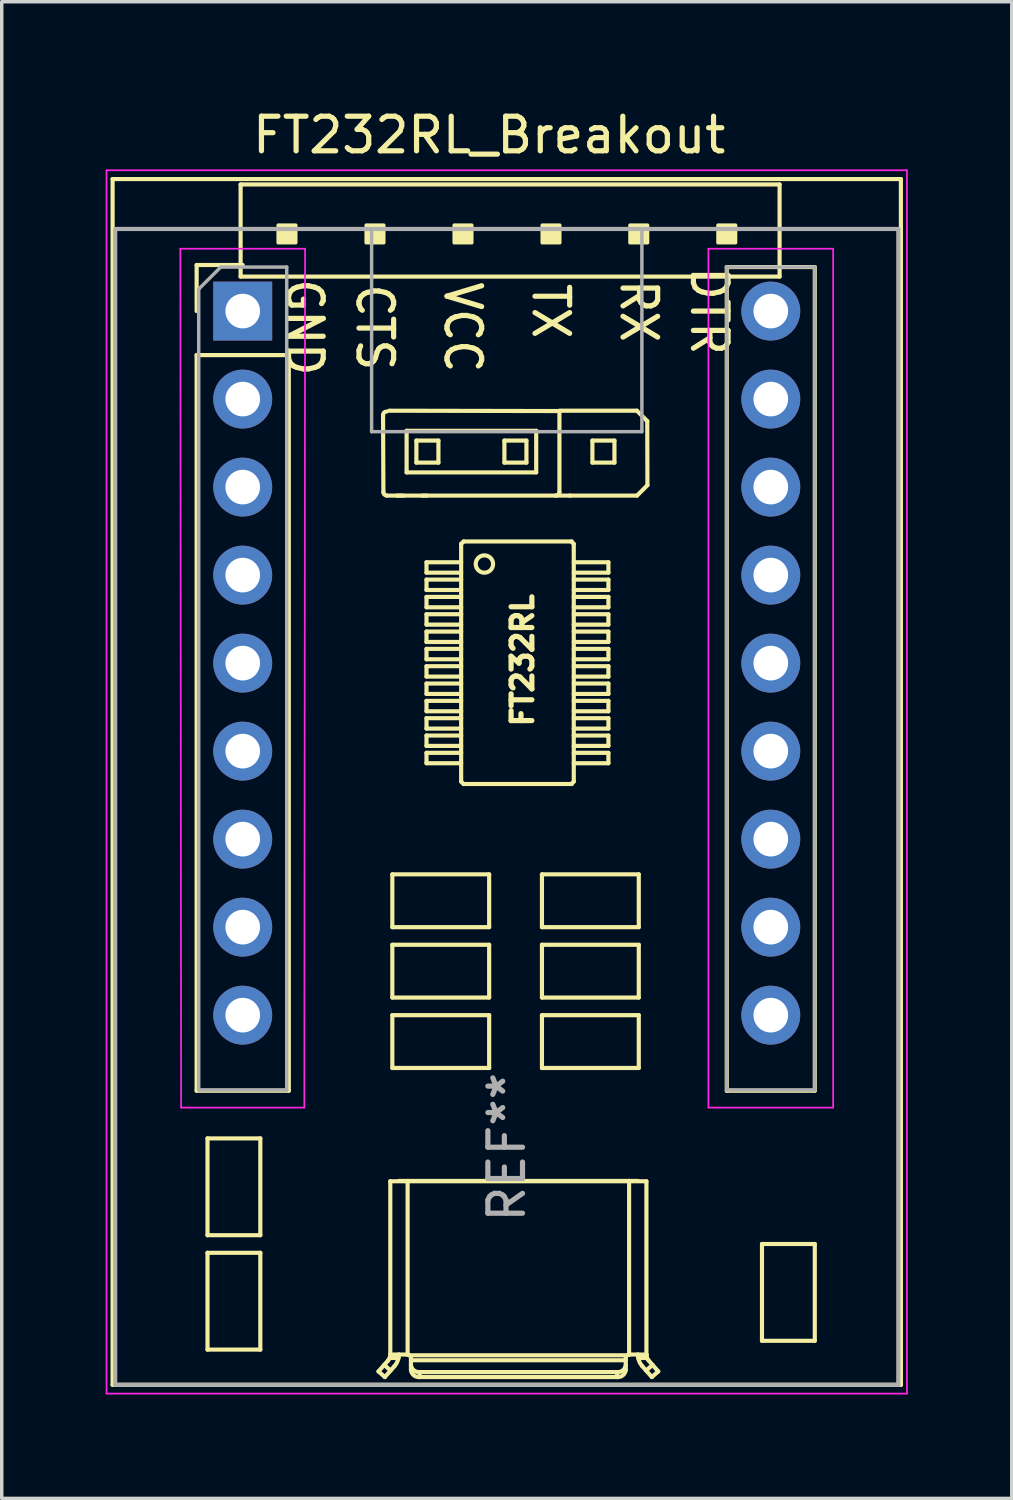
<source format=kicad_pcb>
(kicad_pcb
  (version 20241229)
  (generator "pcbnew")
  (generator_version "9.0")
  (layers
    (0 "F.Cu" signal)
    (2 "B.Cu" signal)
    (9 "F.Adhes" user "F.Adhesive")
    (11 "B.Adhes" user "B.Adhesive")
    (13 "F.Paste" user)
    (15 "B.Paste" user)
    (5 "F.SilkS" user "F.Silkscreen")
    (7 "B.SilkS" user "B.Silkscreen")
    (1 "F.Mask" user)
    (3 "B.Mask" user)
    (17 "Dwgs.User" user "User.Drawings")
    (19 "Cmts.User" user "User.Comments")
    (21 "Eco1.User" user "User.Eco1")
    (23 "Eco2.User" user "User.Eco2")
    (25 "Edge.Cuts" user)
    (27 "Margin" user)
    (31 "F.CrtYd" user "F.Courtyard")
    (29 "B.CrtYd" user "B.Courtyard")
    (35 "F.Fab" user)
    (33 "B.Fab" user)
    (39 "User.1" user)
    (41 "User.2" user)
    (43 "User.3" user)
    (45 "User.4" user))
  (footprint "FT232RL_Breakout"
    (layer "F.Cu")
    (at 3.955 5.928)
    (property "Reference" "FT232RL_Breakout" (at 7.112 -5.08 0) (layer "F.SilkS") (effects (font (size 1 1) (thickness 0.15))))
    (attr through_hole)
    (fp_line (start -3.755 -3.81) (end 18.995 -3.81) (stroke (width 0.12) (type solid)) (layer "F.SilkS"))
    (fp_line (start -3.755 30.988) (end -3.755 -3.81) (stroke (width 0.12) (type solid)) (layer "F.SilkS"))
    (fp_line (start -1.33 -1.33) (end 0 -1.33) (stroke (width 0.12) (type solid)) (layer "F.SilkS"))
    (fp_line (start -1.33 0) (end -1.33 -1.33) (stroke (width 0.12) (type solid)) (layer "F.SilkS"))
    (fp_line (start -1.33 1.27) (end 1.33 1.27) (stroke (width 0.12) (type solid)) (layer "F.SilkS"))
    (fp_line (start -1.33 22.5) (end -1.33 1.27) (stroke (width 0.12) (type solid)) (layer "F.SilkS"))
    (fp_line (start -1.016 23.876) (end 0.508 23.876) (stroke (width 0.12) (type solid)) (layer "F.SilkS"))
    (fp_line (start -1.016 26.67) (end -1.016 23.876) (stroke (width 0.12) (type solid)) (layer "F.SilkS"))
    (fp_line (start -1.016 27.178) (end 0.508 27.178) (stroke (width 0.12) (type solid)) (layer "F.SilkS"))
    (fp_line (start -1.016 29.972) (end -1.016 27.178) (stroke (width 0.12) (type solid)) (layer "F.SilkS"))
    (fp_line (start -0.061 -3.655) (end -0.061 -0.995) (stroke (width 0.12) (type solid)) (layer "F.SilkS"))
    (fp_line (start -0.061 -0.995) (end 15.494 -0.995) (stroke (width 0.12) (type solid)) (layer "F.SilkS"))
    (fp_line (start 0.508 23.876) (end 0.508 26.67) (stroke (width 0.12) (type solid)) (layer "F.SilkS"))
    (fp_line (start 0.508 26.67) (end -1.016 26.67) (stroke (width 0.12) (type solid)) (layer "F.SilkS"))
    (fp_line (start 0.508 27.178) (end 0.508 29.972) (stroke (width 0.12) (type solid)) (layer "F.SilkS"))
    (fp_line (start 0.508 29.972) (end -1.016 29.972) (stroke (width 0.12) (type solid)) (layer "F.SilkS"))
    (fp_line (start 1.33 1.27) (end 1.33 22.5) (stroke (width 0.12) (type solid)) (layer "F.SilkS"))
    (fp_line (start 1.33 22.5) (end -1.33 22.5) (stroke (width 0.12) (type solid)) (layer "F.SilkS"))
    (fp_line (start 3.918 30.601) (end 4.196 30.285) (stroke (width 0.12) (type solid)) (layer "F.SilkS"))
    (fp_line (start 4.06 5.225) (end 4.05 3) (stroke (width 0.12) (type solid)) (layer "F.SilkS"))
    (fp_line (start 4.083 30.414) (end 4.268 30.576) (stroke (width 0.12) (type solid)) (layer "F.SilkS"))
    (fp_line (start 4.102 30.764) (end 3.918 30.601) (stroke (width 0.12) (type solid)) (layer "F.SilkS"))
    (fp_line (start 4.259 30.122) (end 4.264 30.114) (stroke (width 0.12) (type solid)) (layer "F.SilkS"))
    (fp_line (start 4.259 25.114) (end 11.651 25.114) (stroke (width 0.12) (type solid)) (layer "F.SilkS"))
    (fp_line (start 4.259 30.12) (end 4.259 30.122) (stroke (width 0.12) (type solid)) (layer "F.SilkS"))
    (fp_line (start 4.259 30.12) (end 4.259 25.114) (stroke (width 0.12) (type solid)) (layer "F.SilkS"))
    (fp_line (start 4.264 30.114) (end 4.265 30.114) (stroke (width 0.12) (type solid)) (layer "F.SilkS"))
    (fp_line (start 4.265 30.114) (end 4.755 30.114) (stroke (width 0.12) (type solid)) (layer "F.SilkS"))
    (fp_line (start 4.318 16.256) (end 7.112 16.256) (stroke (width 0.12) (type solid)) (layer "F.SilkS"))
    (fp_line (start 4.318 17.78) (end 4.318 16.256) (stroke (width 0.12) (type solid)) (layer "F.SilkS"))
    (fp_line (start 4.318 18.288) (end 7.112 18.288) (stroke (width 0.12) (type solid)) (layer "F.SilkS"))
    (fp_line (start 4.318 19.812) (end 4.318 18.288) (stroke (width 0.12) (type solid)) (layer "F.SilkS"))
    (fp_line (start 4.318 20.32) (end 7.112 20.32) (stroke (width 0.12) (type solid)) (layer "F.SilkS"))
    (fp_line (start 4.318 21.844) (end 4.318 20.32) (stroke (width 0.12) (type solid)) (layer "F.SilkS"))
    (fp_line (start 4.38 30.449) (end 4.102 30.764) (stroke (width 0.12) (type solid)) (layer "F.SilkS"))
    (fp_line (start 4.452 5.326) (end 4.641 5.326) (stroke (width 0.12) (type solid)) (layer "F.SilkS"))
    (fp_line (start 4.496 30.214) (end 4.24 30.214) (stroke (width 0.12) (type solid)) (layer "F.SilkS"))
    (fp_line (start 4.505 25.104) (end 11.405 25.104) (stroke (width 0.12) (type solid)) (layer "F.SilkS"))
    (fp_line (start 4.505 30.114) (end 4.505 30.118) (stroke (width 0.12) (type solid)) (layer "F.SilkS"))
    (fp_line (start 4.73 3.455) (end 8.47 3.455) (stroke (width 0.12) (type solid)) (layer "F.SilkS"))
    (fp_line (start 4.73 4.655) (end 4.73 3.455) (stroke (width 0.12) (type solid)) (layer "F.SilkS"))
    (fp_line (start 4.755 30.114) (end 4.759 30.114) (stroke (width 0.12) (type solid)) (layer "F.SilkS"))
    (fp_line (start 4.759 30.114) (end 4.759 25.104) (stroke (width 0.12) (type solid)) (layer "F.SilkS"))
    (fp_line (start 4.817 30.135) (end 11.093 30.135) (stroke (width 0.12) (type solid)) (layer "F.SilkS"))
    (fp_line (start 4.855 30.559) (end 4.855 30.214) (stroke (width 0.12) (type solid)) (layer "F.SilkS"))
    (fp_line (start 5.012 3.737) (end 5.648 3.737) (stroke (width 0.12) (type solid)) (layer "F.SilkS"))
    (fp_line (start 5.012 4.373) (end 5.012 3.737) (stroke (width 0.12) (type solid)) (layer "F.SilkS"))
    (fp_line (start 5.105 30.621) (end 5.105 30.764) (stroke (width 0.12) (type solid)) (layer "F.SilkS"))
    (fp_line (start 5.105 30.621) (end 10.805 30.621) (stroke (width 0.12) (type solid)) (layer "F.SilkS"))
    (fp_line (start 5.105 30.764) (end 10.805 30.764) (stroke (width 0.12) (type solid)) (layer "F.SilkS"))
    (fp_line (start 5.181 5.326) (end 5.215 5.326) (stroke (width 0.12) (type solid)) (layer "F.SilkS"))
    (fp_line (start 5.265 5.326) (end 5.309 5.326) (stroke (width 0.12) (type solid)) (layer "F.SilkS"))
    (fp_line (start 5.304 7.749) (end 5.304 8.049) (stroke (width 0.12) (type solid)) (layer "F.SilkS"))
    (fp_line (start 5.304 7.749) (end 6.304 7.749) (stroke (width 0.12) (type solid)) (layer "F.SilkS"))
    (fp_line (start 5.304 8.049) (end 6.304 8.049) (stroke (width 0.12) (type solid)) (layer "F.SilkS"))
    (fp_line (start 5.304 9.049) (end 6.304 9.049) (stroke (width 0.12) (type solid)) (layer "F.SilkS"))
    (fp_line (start 5.304 10.249) (end 5.304 10.549) (stroke (width 0.12) (type solid)) (layer "F.SilkS"))
    (fp_line (start 5.304 10.249) (end 6.304 10.249) (stroke (width 0.12) (type solid)) (layer "F.SilkS"))
    (fp_line (start 5.304 10.549) (end 6.304 10.549) (stroke (width 0.12) (type solid)) (layer "F.SilkS"))
    (fp_line (start 5.304 12.749) (end 5.304 13.049) (stroke (width 0.12) (type solid)) (layer "F.SilkS"))
    (fp_line (start 5.304 12.749) (end 6.304 12.749) (stroke (width 0.12) (type solid)) (layer "F.SilkS"))
    (fp_line (start 5.304 13.049) (end 6.304 13.049) (stroke (width 0.12) (type solid)) (layer "F.SilkS"))
    (fp_line (start 5.304 7.249) (end 5.304 7.549) (stroke (width 0.12) (type solid)) (layer "F.SilkS"))
    (fp_line (start 5.304 7.249) (end 6.304 7.249) (stroke (width 0.12) (type solid)) (layer "F.SilkS"))
    (fp_line (start 5.304 7.549) (end 6.304 7.549) (stroke (width 0.12) (type solid)) (layer "F.SilkS"))
    (fp_line (start 5.304 8.249) (end 5.304 8.549) (stroke (width 0.12) (type solid)) (layer "F.SilkS"))
    (fp_line (start 5.304 8.249) (end 6.304 8.249) (stroke (width 0.12) (type solid)) (layer "F.SilkS"))
    (fp_line (start 5.304 8.549) (end 6.304 8.549) (stroke (width 0.12) (type solid)) (layer "F.SilkS"))
    (fp_line (start 5.304 8.749) (end 5.304 9.049) (stroke (width 0.12) (type solid)) (layer "F.SilkS"))
    (fp_line (start 5.304 8.749) (end 6.304 8.749) (stroke (width 0.12) (type solid)) (layer "F.SilkS"))
    (fp_line (start 5.304 9.249) (end 5.304 9.549) (stroke (width 0.12) (type solid)) (layer "F.SilkS"))
    (fp_line (start 5.304 9.249) (end 6.304 9.249) (stroke (width 0.12) (type solid)) (layer "F.SilkS"))
    (fp_line (start 5.304 9.549) (end 6.304 9.549) (stroke (width 0.12) (type solid)) (layer "F.SilkS"))
    (fp_line (start 5.304 9.749) (end 5.304 10.049) (stroke (width 0.12) (type solid)) (layer "F.SilkS"))
    (fp_line (start 5.304 9.749) (end 6.304 9.749) (stroke (width 0.12) (type solid)) (layer "F.SilkS"))
    (fp_line (start 5.304 10.049) (end 6.304 10.049) (stroke (width 0.12) (type solid)) (layer "F.SilkS"))
    (fp_line (start 5.304 10.749) (end 5.304 11.049) (stroke (width 0.12) (type solid)) (layer "F.SilkS"))
    (fp_line (start 5.304 10.749) (end 6.304 10.749) (stroke (width 0.12) (type solid)) (layer "F.SilkS"))
    (fp_line (start 5.304 11.049) (end 6.304 11.049) (stroke (width 0.12) (type solid)) (layer "F.SilkS"))
    (fp_line (start 5.304 11.249) (end 5.304 11.549) (stroke (width 0.12) (type solid)) (layer "F.SilkS"))
    (fp_line (start 5.304 11.249) (end 6.304 11.249) (stroke (width 0.12) (type solid)) (layer "F.SilkS"))
    (fp_line (start 5.304 11.549) (end 6.304 11.549) (stroke (width 0.12) (type solid)) (layer "F.SilkS"))
    (fp_line (start 5.304 11.749) (end 5.304 12.049) (stroke (width 0.12) (type solid)) (layer "F.SilkS"))
    (fp_line (start 5.304 11.749) (end 6.304 11.749) (stroke (width 0.12) (type solid)) (layer "F.SilkS"))
    (fp_line (start 5.304 12.049) (end 6.304 12.049) (stroke (width 0.12) (type solid)) (layer "F.SilkS"))
    (fp_line (start 5.304 12.249) (end 5.304 12.549) (stroke (width 0.12) (type solid)) (layer "F.SilkS"))
    (fp_line (start 5.304 12.249) (end 6.304 12.249) (stroke (width 0.12) (type solid)) (layer "F.SilkS"))
    (fp_line (start 5.304 12.549) (end 6.304 12.549) (stroke (width 0.12) (type solid)) (layer "F.SilkS"))
    (fp_line (start 5.648 3.737) (end 5.648 4.373) (stroke (width 0.12) (type solid)) (layer "F.SilkS"))
    (fp_line (start 5.648 4.373) (end 5.012 4.373) (stroke (width 0.12) (type solid)) (layer "F.SilkS"))
    (fp_line (start 6.304 6.719) (end 6.304 13.578) (stroke (width 0.12) (type solid)) (layer "F.SilkS"))
    (fp_line (start 6.375 13.649) (end 6.304 13.578) (stroke (width 0.12) (type solid)) (layer "F.SilkS"))
    (fp_line (start 6.375 13.649) (end 9.5 13.649) (stroke (width 0.12) (type solid)) (layer "F.SilkS"))
    (fp_line (start 6.375 6.649) (end 6.304 6.719) (stroke (width 0.12) (type solid)) (layer "F.SilkS"))
    (fp_line (start 7.112 16.256) (end 7.112 17.78) (stroke (width 0.12) (type solid)) (layer "F.SilkS"))
    (fp_line (start 7.112 17.78) (end 4.318 17.78) (stroke (width 0.12) (type solid)) (layer "F.SilkS"))
    (fp_line (start 7.112 18.288) (end 7.112 19.812) (stroke (width 0.12) (type solid)) (layer "F.SilkS"))
    (fp_line (start 7.112 19.812) (end 4.318 19.812) (stroke (width 0.12) (type solid)) (layer "F.SilkS"))
    (fp_line (start 7.112 20.32) (end 7.112 21.844) (stroke (width 0.12) (type solid)) (layer "F.SilkS"))
    (fp_line (start 7.112 21.844) (end 4.318 21.844) (stroke (width 0.12) (type solid)) (layer "F.SilkS"))
    (fp_line (start 7.552 3.737) (end 8.188 3.737) (stroke (width 0.12) (type solid)) (layer "F.SilkS"))
    (fp_line (start 7.552 4.373) (end 7.552 3.737) (stroke (width 0.12) (type solid)) (layer "F.SilkS"))
    (fp_line (start 8.188 3.737) (end 8.188 4.373) (stroke (width 0.12) (type solid)) (layer "F.SilkS"))
    (fp_line (start 8.188 4.373) (end 7.552 4.373) (stroke (width 0.12) (type solid)) (layer "F.SilkS"))
    (fp_line (start 8.47 3.455) (end 8.47 4.655) (stroke (width 0.12) (type solid)) (layer "F.SilkS"))
    (fp_line (start 8.47 4.655) (end 4.73 4.655) (stroke (width 0.12) (type solid)) (layer "F.SilkS"))
    (fp_line (start 8.636 16.256) (end 11.43 16.256) (stroke (width 0.12) (type solid)) (layer "F.SilkS"))
    (fp_line (start 8.636 17.78) (end 8.636 16.256) (stroke (width 0.12) (type solid)) (layer "F.SilkS"))
    (fp_line (start 8.636 18.288) (end 11.43 18.288) (stroke (width 0.12) (type solid)) (layer "F.SilkS"))
    (fp_line (start 8.636 19.812) (end 8.636 18.288) (stroke (width 0.12) (type solid)) (layer "F.SilkS"))
    (fp_line (start 8.636 20.32) (end 11.43 20.32) (stroke (width 0.12) (type solid)) (layer "F.SilkS"))
    (fp_line (start 8.636 21.844) (end 8.636 20.32) (stroke (width 0.12) (type solid)) (layer "F.SilkS"))
    (fp_line (start 9.04 5.325) (end 4.16 5.325) (stroke (width 0.12) (type solid)) (layer "F.SilkS"))
    (fp_line (start 9.04 5.325) (end 9.44 5.325) (stroke (width 0.12) (type solid)) (layer "F.SilkS"))
    (fp_line (start 9.14 2.885) (end 4.225 2.875) (stroke (width 0.12) (type solid)) (layer "F.SilkS"))
    (fp_line (start 9.14 2.885) (end 9.14 5.225) (stroke (width 0.12) (type solid)) (layer "F.SilkS"))
    (fp_line (start 9.44 5.325) (end 11.38 5.325) (stroke (width 0.12) (type solid)) (layer "F.SilkS"))
    (fp_line (start 9.484 6.649) (end 9.554 6.719) (stroke (width 0.12) (type solid)) (layer "F.SilkS"))
    (fp_line (start 9.484 13.649) (end 9.554 13.578) (stroke (width 0.12) (type solid)) (layer "F.SilkS"))
    (fp_line (start 9.5 6.649) (end 6.375 6.649) (stroke (width 0.12) (type solid)) (layer "F.SilkS"))
    (fp_line (start 9.554 6.719) (end 9.554 13.578) (stroke (width 0.12) (type solid)) (layer "F.SilkS"))
    (fp_line (start 10.092 3.737) (end 10.728 3.737) (stroke (width 0.12) (type solid)) (layer "F.SilkS"))
    (fp_line (start 10.092 4.373) (end 10.092 3.737) (stroke (width 0.12) (type solid)) (layer "F.SilkS"))
    (fp_line (start 10.554 7.749) (end 9.554 7.749) (stroke (width 0.12) (type solid)) (layer "F.SilkS"))
    (fp_line (start 10.554 7.749) (end 10.554 8.049) (stroke (width 0.12) (type solid)) (layer "F.SilkS"))
    (fp_line (start 10.554 8.049) (end 9.554 8.049) (stroke (width 0.12) (type solid)) (layer "F.SilkS"))
    (fp_line (start 10.554 10.249) (end 9.554 10.249) (stroke (width 0.12) (type solid)) (layer "F.SilkS"))
    (fp_line (start 10.554 10.249) (end 10.554 10.549) (stroke (width 0.12) (type solid)) (layer "F.SilkS"))
    (fp_line (start 10.554 10.549) (end 9.554 10.549) (stroke (width 0.12) (type solid)) (layer "F.SilkS"))
    (fp_line (start 10.554 12.749) (end 9.554 12.749) (stroke (width 0.12) (type solid)) (layer "F.SilkS"))
    (fp_line (start 10.554 12.749) (end 10.554 13.049) (stroke (width 0.12) (type solid)) (layer "F.SilkS"))
    (fp_line (start 10.554 13.049) (end 9.554 13.049) (stroke (width 0.12) (type solid)) (layer "F.SilkS"))
    (fp_line (start 10.554 7.249) (end 9.554 7.249) (stroke (width 0.12) (type solid)) (layer "F.SilkS"))
    (fp_line (start 10.554 7.249) (end 10.554 7.549) (stroke (width 0.12) (type solid)) (layer "F.SilkS"))
    (fp_line (start 10.554 7.549) (end 9.554 7.549) (stroke (width 0.12) (type solid)) (layer "F.SilkS"))
    (fp_line (start 10.554 8.249) (end 9.554 8.249) (stroke (width 0.12) (type solid)) (layer "F.SilkS"))
    (fp_line (start 10.554 8.249) (end 10.554 8.549) (stroke (width 0.12) (type solid)) (layer "F.SilkS"))
    (fp_line (start 10.554 8.549) (end 9.554 8.549) (stroke (width 0.12) (type solid)) (layer "F.SilkS"))
    (fp_line (start 10.554 8.749) (end 9.554 8.749) (stroke (width 0.12) (type solid)) (layer "F.SilkS"))
    (fp_line (start 10.554 8.749) (end 10.554 9.049) (stroke (width 0.12) (type solid)) (layer "F.SilkS"))
    (fp_line (start 10.554 9.049) (end 9.554 9.049) (stroke (width 0.12) (type solid)) (layer "F.SilkS"))
    (fp_line (start 10.554 9.249) (end 9.554 9.249) (stroke (width 0.12) (type solid)) (layer "F.SilkS"))
    (fp_line (start 10.554 9.249) (end 10.554 9.549) (stroke (width 0.12) (type solid)) (layer "F.SilkS"))
    (fp_line (start 10.554 9.549) (end 9.554 9.549) (stroke (width 0.12) (type solid)) (layer "F.SilkS"))
    (fp_line (start 10.554 9.749) (end 9.554 9.749) (stroke (width 0.12) (type solid)) (layer "F.SilkS"))
    (fp_line (start 10.554 9.749) (end 10.554 10.049) (stroke (width 0.12) (type solid)) (layer "F.SilkS"))
    (fp_line (start 10.554 10.049) (end 9.554 10.049) (stroke (width 0.12) (type solid)) (layer "F.SilkS"))
    (fp_line (start 10.554 10.749) (end 9.554 10.749) (stroke (width 0.12) (type solid)) (layer "F.SilkS"))
    (fp_line (start 10.554 10.749) (end 10.554 11.049) (stroke (width 0.12) (type solid)) (layer "F.SilkS"))
    (fp_line (start 10.554 11.049) (end 9.554 11.049) (stroke (width 0.12) (type solid)) (layer "F.SilkS"))
    (fp_line (start 10.554 11.249) (end 9.554 11.249) (stroke (width 0.12) (type solid)) (layer "F.SilkS"))
    (fp_line (start 10.554 11.249) (end 10.554 11.549) (stroke (width 0.12) (type solid)) (layer "F.SilkS"))
    (fp_line (start 10.554 11.549) (end 9.554 11.549) (stroke (width 0.12) (type solid)) (layer "F.SilkS"))
    (fp_line (start 10.554 11.749) (end 9.554 11.749) (stroke (width 0.12) (type solid)) (layer "F.SilkS"))
    (fp_line (start 10.554 11.749) (end 10.554 12.049) (stroke (width 0.12) (type solid)) (layer "F.SilkS"))
    (fp_line (start 10.554 12.049) (end 9.554 12.049) (stroke (width 0.12) (type solid)) (layer "F.SilkS"))
    (fp_line (start 10.554 12.249) (end 9.554 12.249) (stroke (width 0.12) (type solid)) (layer "F.SilkS"))
    (fp_line (start 10.554 12.249) (end 10.554 12.549) (stroke (width 0.12) (type solid)) (layer "F.SilkS"))
    (fp_line (start 10.554 12.549) (end 9.554 12.549) (stroke (width 0.12) (type solid)) (layer "F.SilkS"))
    (fp_line (start 10.728 3.737) (end 10.728 4.373) (stroke (width 0.12) (type solid)) (layer "F.SilkS"))
    (fp_line (start 10.728 4.373) (end 10.092 4.373) (stroke (width 0.12) (type solid)) (layer "F.SilkS"))
    (fp_line (start 10.805 30.621) (end 10.805 30.764) (stroke (width 0.12) (type solid)) (layer "F.SilkS"))
    (fp_line (start 11.055 30.279) (end 4.855 30.279) (stroke (width 0.12) (type solid)) (layer "F.SilkS"))
    (fp_line (start 11.055 30.559) (end 11.055 30.214) (stroke (width 0.12) (type solid)) (layer "F.SilkS"))
    (fp_line (start 11.151 30.114) (end 11.151 25.104) (stroke (width 0.12) (type solid)) (layer "F.SilkS"))
    (fp_line (start 11.155 30.114) (end 11.151 30.114) (stroke (width 0.12) (type solid)) (layer "F.SilkS"))
    (fp_line (start 11.375 2.875) (end 9.135 2.875) (stroke (width 0.12) (type solid)) (layer "F.SilkS"))
    (fp_line (start 11.38 5.325) (end 11.68 5.025) (stroke (width 0.12) (type solid)) (layer "F.SilkS"))
    (fp_line (start 11.405 30.114) (end 11.405 30.118) (stroke (width 0.12) (type solid)) (layer "F.SilkS"))
    (fp_line (start 11.414 30.214) (end 11.67 30.214) (stroke (width 0.12) (type solid)) (layer "F.SilkS"))
    (fp_line (start 11.43 16.256) (end 11.43 17.78) (stroke (width 0.12) (type solid)) (layer "F.SilkS"))
    (fp_line (start 11.43 17.78) (end 8.636 17.78) (stroke (width 0.12) (type solid)) (layer "F.SilkS"))
    (fp_line (start 11.43 18.288) (end 11.43 19.812) (stroke (width 0.12) (type solid)) (layer "F.SilkS"))
    (fp_line (start 11.43 19.812) (end 8.636 19.812) (stroke (width 0.12) (type solid)) (layer "F.SilkS"))
    (fp_line (start 11.43 20.32) (end 11.43 21.844) (stroke (width 0.12) (type solid)) (layer "F.SilkS"))
    (fp_line (start 11.43 21.844) (end 8.636 21.844) (stroke (width 0.12) (type solid)) (layer "F.SilkS"))
    (fp_line (start 11.53 30.449) (end 11.808 30.764) (stroke (width 0.12) (type solid)) (layer "F.SilkS"))
    (fp_line (start 11.645 30.114) (end 11.155 30.114) (stroke (width 0.12) (type solid)) (layer "F.SilkS"))
    (fp_line (start 11.646 30.114) (end 11.645 30.114) (stroke (width 0.12) (type solid)) (layer "F.SilkS"))
    (fp_line (start 11.651 30.12) (end 11.651 25.114) (stroke (width 0.12) (type solid)) (layer "F.SilkS"))
    (fp_line (start 11.651 30.12) (end 11.651 30.122) (stroke (width 0.12) (type solid)) (layer "F.SilkS"))
    (fp_line (start 11.651 30.122) (end 11.646 30.114) (stroke (width 0.12) (type solid)) (layer "F.SilkS"))
    (fp_line (start 11.675 3.175) (end 11.375 2.875) (stroke (width 0.12) (type solid)) (layer "F.SilkS"))
    (fp_line (start 11.68 5.025) (end 11.675 3.175) (stroke (width 0.12) (type solid)) (layer "F.SilkS"))
    (fp_line (start 11.808 30.764) (end 11.992 30.601) (stroke (width 0.12) (type solid)) (layer "F.SilkS"))
    (fp_line (start 11.827 30.414) (end 11.642 30.576) (stroke (width 0.12) (type solid)) (layer "F.SilkS"))
    (fp_line (start 11.992 30.601) (end 11.714 30.285) (stroke (width 0.12) (type solid)) (layer "F.SilkS"))
    (fp_line (start 13.97 -1.27) (end 16.51 -1.27) (stroke (width 0.12) (type solid)) (layer "F.SilkS"))
    (fp_line (start 13.97 22.5) (end 13.97 -1.27) (stroke (width 0.12) (type solid)) (layer "F.SilkS"))
    (fp_line (start 14.986 26.924) (end 16.51 26.924) (stroke (width 0.12) (type solid)) (layer "F.SilkS"))
    (fp_line (start 14.986 29.718) (end 14.986 26.924) (stroke (width 0.12) (type solid)) (layer "F.SilkS"))
    (fp_line (start 15.494 -3.655) (end -0.061 -3.655) (stroke (width 0.12) (type solid)) (layer "F.SilkS"))
    (fp_line (start 15.494 -0.995) (end 15.494 -3.655) (stroke (width 0.12) (type solid)) (layer "F.SilkS"))
    (fp_line (start 16.51 -1.27) (end 16.51 22.5) (stroke (width 0.12) (type solid)) (layer "F.SilkS"))
    (fp_line (start 16.51 22.5) (end 13.97 22.5) (stroke (width 0.12) (type solid)) (layer "F.SilkS"))
    (fp_line (start 16.51 26.924) (end 16.51 29.718) (stroke (width 0.12) (type solid)) (layer "F.SilkS"))
    (fp_line (start 16.51 29.718) (end 14.986 29.718) (stroke (width 0.12) (type solid)) (layer "F.SilkS"))
    (fp_line (start 18.995 -3.81) (end 18.995 30.988) (stroke (width 0.12) (type solid)) (layer "F.SilkS"))
    (fp_line (start 18.995 30.988) (end -3.755 30.988) (stroke (width 0.12) (type solid)) (layer "F.SilkS"))
    (fp_arc (start 4.05 3) (mid 4.079289 2.929289) (end 4.15 2.9) (stroke (width 0.12) (type solid)) (layer "F.SilkS"))
    (fp_arc (start 4.16 5.325) (mid 4.089289 5.295711) (end 4.06 5.225) (stroke (width 0.12) (type solid)) (layer "F.SilkS"))
    (fp_arc (start 4.258573 30.1225) (mid 4.241944 30.209276) (end 4.196167 30.284847) (stroke (width 0.12) (type solid)) (layer "F.SilkS"))
    (fp_arc (start 4.504989 30.118215) (mid 4.472737 30.294883) (end 4.380143 30.448759) (stroke (width 0.12) (type solid)) (layer "F.SilkS"))
    (fp_arc (start 4.75859 30.114063) (mid 4.82697 30.144569) (end 4.855001 30.214) (stroke (width 0.12) (type solid)) (layer "F.SilkS"))
    (fp_arc (start 5.105 30.620605) (mid 4.938179 30.569265) (end 4.855001 30.415817) (stroke (width 0.12) (type solid)) (layer "F.SilkS"))
    (fp_arc (start 5.105 30.763999) (mid 4.938179 30.712659) (end 4.855001 30.559211) (stroke (width 0.12) (type solid)) (layer "F.SilkS"))
    (fp_arc (start 9.14 5.225) (mid 9.110711 5.295711) (end 9.04 5.325) (stroke (width 0.12) (type solid)) (layer "F.SilkS"))
    (fp_arc (start 11.055 30.213999) (mid 11.083032 30.144569) (end 11.151411 30.114064) (stroke (width 0.12) (type solid)) (layer "F.SilkS"))
    (fp_arc (start 11.055 30.415818) (mid 10.971821 30.569266) (end 10.805 30.620605) (stroke (width 0.12) (type solid)) (layer "F.SilkS"))
    (fp_arc (start 11.055001 30.559212) (mid 10.971822 30.712661) (end 10.805 30.764) (stroke (width 0.12) (type solid)) (layer "F.SilkS"))
    (fp_arc (start 11.529858 30.448759) (mid 11.437264 30.294883) (end 11.405012 30.118215) (stroke (width 0.12) (type solid)) (layer "F.SilkS"))
    (fp_arc (start 11.713834 30.284847) (mid 11.668058 30.209275) (end 11.651428 30.1225) (stroke (width 0.12) (type solid)) (layer "F.SilkS"))
    (fp_circle (center 6.975 7.3) (end 7.152 7.123) (stroke (width 0.12) (type solid)) (fill no) (layer "F.SilkS"))
    (fp_poly (pts (xy 1.023 -2.48) (xy 1.023 -1.972) (xy 1.531 -1.972) (xy 1.531 -2.48)) (stroke (width 0.1) (type solid)) (fill yes) (layer "F.SilkS"))
    (fp_poly (pts (xy 3.563 -2.48) (xy 3.563 -1.972) (xy 4.071 -1.972) (xy 4.071 -2.48)) (stroke (width 0.1) (type solid)) (fill yes) (layer "F.SilkS"))
    (fp_poly (pts (xy 6.103 -2.48) (xy 6.103 -1.972) (xy 6.611 -1.972) (xy 6.611 -2.48)) (stroke (width 0.1) (type solid)) (fill yes) (layer "F.SilkS"))
    (fp_poly (pts (xy 8.643 -2.48) (xy 8.643 -1.972) (xy 9.151 -1.972) (xy 9.151 -2.48)) (stroke (width 0.1) (type solid)) (fill yes) (layer "F.SilkS"))
    (fp_poly (pts (xy 11.176 -2.48) (xy 11.176 -1.972) (xy 11.684 -1.972) (xy 11.684 -2.48)) (stroke (width 0.1) (type solid)) (fill yes) (layer "F.SilkS"))
    (fp_poly (pts (xy 13.716 -2.48) (xy 13.716 -1.972) (xy 14.224 -1.972) (xy 14.224 -2.48)) (stroke (width 0.1) (type solid)) (fill yes) (layer "F.SilkS"))
    (fp_line (start -3.93 -4.064) (end 19.17 -4.064) (stroke (width 0.05) (type solid)) (layer "F.CrtYd"))
    (fp_line (start -3.93 31.242) (end -3.93 -4.064) (stroke (width 0.05) (type solid)) (layer "F.CrtYd"))
    (fp_line (start -1.8 -1.8) (end -1.778 22.987) (stroke (width 0.05) (type solid)) (layer "F.CrtYd"))
    (fp_line (start -1.778 22.987) (end 1.778 22.987) (stroke (width 0.05) (type solid)) (layer "F.CrtYd"))
    (fp_line (start 1.8 -1.8) (end -1.8 -1.8) (stroke (width 0.05) (type solid)) (layer "F.CrtYd"))
    (fp_line (start 1.8 -1.8) (end 1.778 22.987) (stroke (width 0.05) (type solid)) (layer "F.CrtYd"))
    (fp_line (start 13.44 -1.8) (end 13.44 22.987) (stroke (width 0.05) (type solid)) (layer "F.CrtYd"))
    (fp_line (start 13.44 -1.8) (end 17.04 -1.8) (stroke (width 0.05) (type solid)) (layer "F.CrtYd"))
    (fp_line (start 17.04 -1.8) (end 17.04 22.987) (stroke (width 0.05) (type solid)) (layer "F.CrtYd"))
    (fp_line (start 17.04 22.987) (end 13.44 22.987) (stroke (width 0.05) (type solid)) (layer "F.CrtYd"))
    (fp_line (start 19.17 -4.064) (end 19.17 31.242) (stroke (width 0.05) (type solid)) (layer "F.CrtYd"))
    (fp_line (start 19.17 31.242) (end -3.93 31.242) (stroke (width 0.05) (type solid)) (layer "F.CrtYd"))
    (fp_line (start -3.68 -2.37) (end 18.92 -2.37) (stroke (width 0.12) (type solid)) (layer "F.Fab"))
    (fp_line (start -3.68 30.988) (end -3.68 -2.32) (stroke (width 0.12) (type solid)) (layer "F.Fab"))
    (fp_line (start -3.68 30.988) (end 18.92 30.988) (stroke (width 0.12) (type solid)) (layer "F.Fab"))
    (fp_line (start -1.27 -0.635) (end -0.635 -1.27) (stroke (width 0.1) (type solid)) (layer "F.Fab"))
    (fp_line (start -1.27 22.479) (end -1.27 -0.635) (stroke (width 0.1) (type solid)) (layer "F.Fab"))
    (fp_line (start -0.635 -1.27) (end 1.27 -1.27) (stroke (width 0.1) (type solid)) (layer "F.Fab"))
    (fp_line (start 1.27 -1.27) (end 1.27 22.479) (stroke (width 0.1) (type solid)) (layer "F.Fab"))
    (fp_line (start 1.27 22.479) (end -1.27 22.479) (stroke (width 0.1) (type solid)) (layer "F.Fab"))
    (fp_line (start 3.72 3.48) (end 3.72 -2.32) (stroke (width 0.1) (type solid)) (layer "F.Fab"))
    (fp_line (start 3.72 3.48) (end 11.52 3.48) (stroke (width 0.1) (type solid)) (layer "F.Fab"))
    (fp_line (start 11.52 3.48) (end 11.52 -2.32) (stroke (width 0.1) (type solid)) (layer "F.Fab"))
    (fp_line (start 13.97 -1.27) (end 16.51 -1.27) (stroke (width 0.1) (type solid)) (layer "F.Fab"))
    (fp_line (start 13.97 22.479) (end 13.97 -1.27) (stroke (width 0.1) (type solid)) (layer "F.Fab"))
    (fp_line (start 16.51 -1.27) (end 16.51 22.479) (stroke (width 0.1) (type solid)) (layer "F.Fab"))
    (fp_line (start 16.51 22.479) (end 13.97 22.479) (stroke (width 0.1) (type solid)) (layer "F.Fab"))
    (fp_line (start 18.92 -2.37) (end 18.92 30.988) (stroke (width 0.12) (type solid)) (layer "F.Fab"))
    (fp_text user "GND" (at 1.778 0.469 270) (unlocked yes) (layer "F.SilkS") (effects (font (size 1 0.9) (thickness 0.15))))
    (fp_text user "FT232RL" (at 8.075 10.075 90) (layer "F.SilkS") (effects (font (size 0.6 0.6) (thickness 0.15))))
    (fp_text user "VCC" (at 6.35 0.469 270) (unlocked yes) (layer "F.SilkS") (effects (font (size 1 0.9) (thickness 0.15))))
    (fp_text user "RX" (at 11.43 0 270) (unlocked yes) (layer "F.SilkS") (effects (font (size 1 0.9) (thickness 0.15))))
    (fp_text user "CTS" (at 3.81 0.469 270) (unlocked yes) (layer "F.SilkS") (effects (font (size 1 0.9) (thickness 0.15))))
    (fp_text user "DTR" (at 13.462 0 270) (unlocked yes) (layer "F.SilkS") (effects (font (size 1 0.9) (thickness 0.15))))
    (fp_text user "TX" (at 8.89 0 270) (unlocked yes) (layer "F.SilkS") (effects (font (size 1 0.9) (thickness 0.15))))
    (fp_text user "REF**" (at 7.62 24.13 90) (layer "F.Fab") (effects (font (size 1 1) (thickness 0.15))))
    (pad "1" thru_hole rect (at 0 0) (size 1.7 1.7) (drill 1) (layers "*.Cu" "*.Mask"))
    (pad "2" thru_hole circle (at 0 2.54) (size 1.7 1.7) (drill 1) (layers "*.Cu" "*.Mask"))
    (pad "3" thru_hole circle (at 0 5.08) (size 1.7 1.7) (drill 1) (layers "*.Cu" "*.Mask"))
    (pad "4" thru_hole circle (at 0 7.62) (size 1.7 1.7) (drill 1) (layers "*.Cu" "*.Mask"))
    (pad "5" thru_hole circle (at 0 10.16) (size 1.7 1.7) (drill 1) (layers "*.Cu" "*.Mask"))
    (pad "6" thru_hole circle (at 0 12.7) (size 1.7 1.7) (drill 1) (layers "*.Cu" "*.Mask"))
    (pad "7" thru_hole circle (at 0 15.24) (size 1.7 1.7) (drill 1) (layers "*.Cu" "*.Mask"))
    (pad "8" thru_hole circle (at 0 17.78) (size 1.7 1.7) (drill 1) (layers "*.Cu" "*.Mask"))
    (pad "9" thru_hole circle (at 0 20.32) (size 1.7 1.7) (drill 1) (layers "*.Cu" "*.Mask"))
    (pad "10" thru_hole circle (at 15.24 20.32) (size 1.7 1.7) (drill 1) (layers "*.Cu" "*.Mask"))
    (pad "11" thru_hole circle (at 15.24 17.78) (size 1.7 1.7) (drill 1) (layers "*.Cu" "*.Mask"))
    (pad "12" thru_hole circle (at 15.24 15.24) (size 1.7 1.7) (drill 1) (layers "*.Cu" "*.Mask"))
    (pad "13" thru_hole circle (at 15.24 12.7) (size 1.7 1.7) (drill 1) (layers "*.Cu" "*.Mask"))
    (pad "14" thru_hole circle (at 15.24 10.16) (size 1.7 1.7) (drill 1) (layers "*.Cu" "*.Mask"))
    (pad "15" thru_hole circle (at 15.24 7.62) (size 1.7 1.7) (drill 1) (layers "*.Cu" "*.Mask"))
    (pad "16" thru_hole circle (at 15.24 5.08) (size 1.7 1.7) (drill 1) (layers "*.Cu" "*.Mask"))
    (pad "17" thru_hole circle (at 15.24 2.54) (size 1.7 1.7) (drill 1) (layers "*.Cu" "*.Mask"))
    (pad "18" thru_hole circle (at 15.24 0) (size 1.7 1.7) (drill 1) (layers "*.Cu" "*.Mask")))
  (gr_rect
    (start -3 -3)
    (end 26.15 40.195)
    (stroke (width 0.1) (type default))
    (fill no)
    (layer "Edge.Cuts")))
</source>
